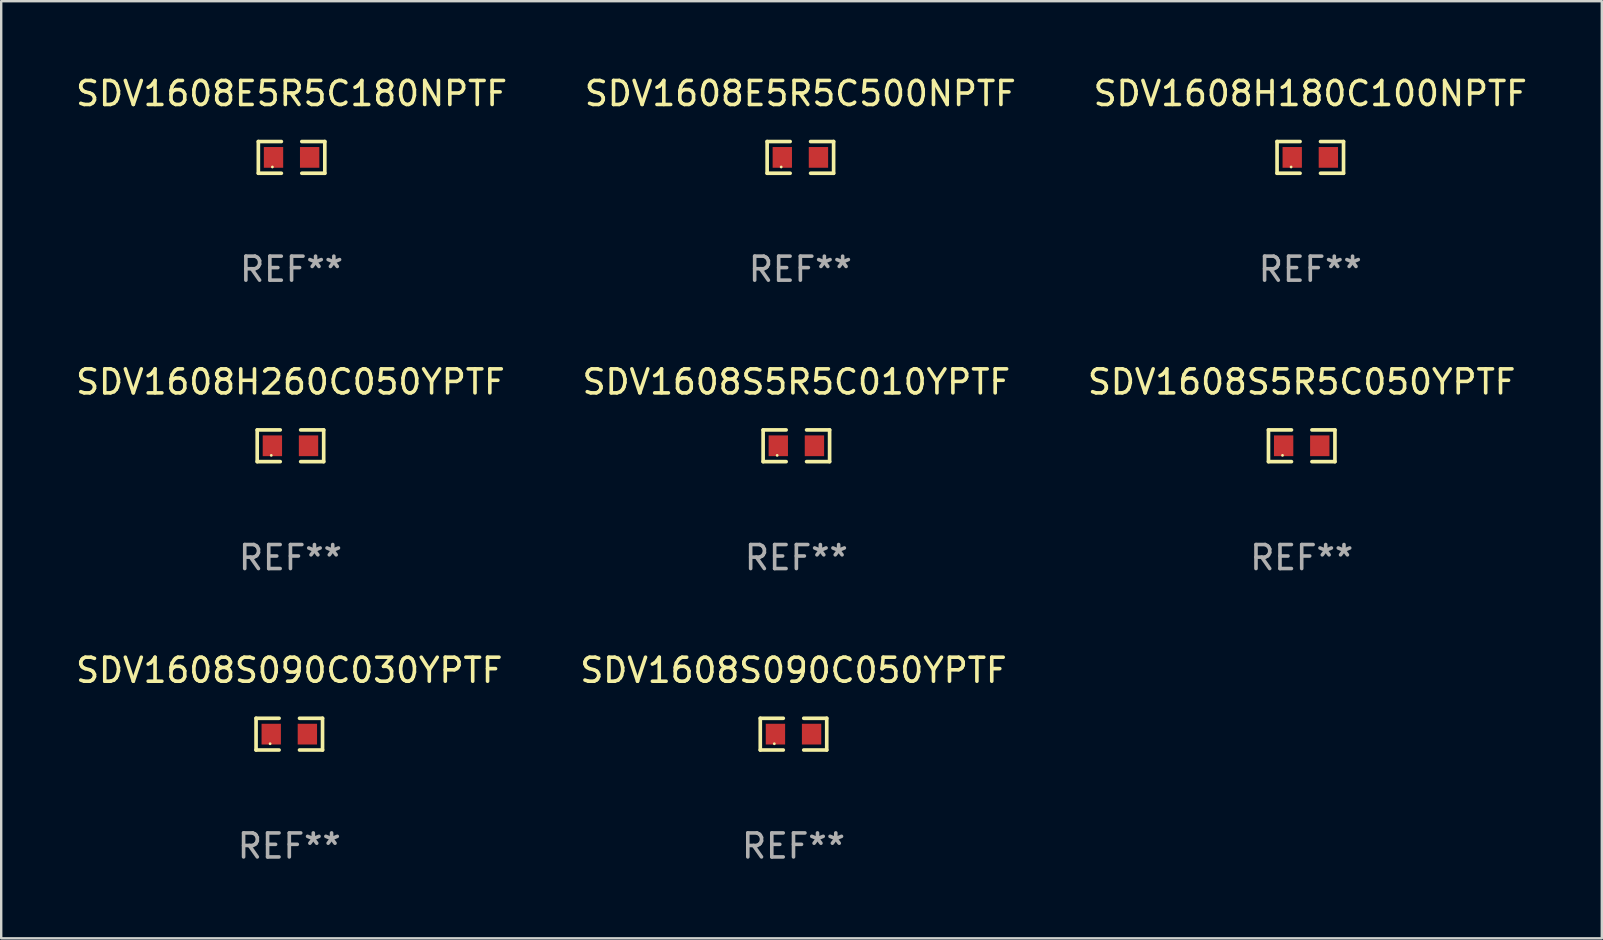
<source format=kicad_pcb>
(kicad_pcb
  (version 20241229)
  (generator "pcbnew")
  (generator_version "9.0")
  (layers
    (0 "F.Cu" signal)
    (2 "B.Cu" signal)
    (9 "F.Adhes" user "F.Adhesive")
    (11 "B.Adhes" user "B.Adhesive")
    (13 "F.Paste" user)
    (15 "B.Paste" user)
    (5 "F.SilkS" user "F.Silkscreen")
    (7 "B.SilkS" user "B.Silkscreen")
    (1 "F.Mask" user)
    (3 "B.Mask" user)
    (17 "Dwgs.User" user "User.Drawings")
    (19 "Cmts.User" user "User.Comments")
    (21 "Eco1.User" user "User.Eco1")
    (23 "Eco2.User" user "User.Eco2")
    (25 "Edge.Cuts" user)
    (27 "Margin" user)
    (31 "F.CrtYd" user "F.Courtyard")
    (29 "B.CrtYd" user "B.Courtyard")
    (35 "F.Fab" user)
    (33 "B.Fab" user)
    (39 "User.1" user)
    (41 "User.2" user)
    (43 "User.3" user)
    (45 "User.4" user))
  (footprint "SDV1608S5R5C010YPTF"
    (layer "F.Cu")
    (at 30.137 15.527)
    (property "Reference" "SDV1608S5R5C010YPTF" (at 0 -2.661 0) (layer "F.SilkS") (effects (font (size 1 1) (thickness 0.15))))
    (attr through_hole)
    (fp_line (start -1.385 -0.661) (end -0.426 -0.661) (stroke (width 0.152) (type solid)) (layer "F.SilkS"))
    (fp_line (start -1.385 0.661) (end -1.385 -0.661) (stroke (width 0.152) (type solid)) (layer "F.SilkS"))
    (fp_line (start -0.426 0.661) (end -1.385 0.661) (stroke (width 0.152) (type solid)) (layer "F.SilkS"))
    (fp_line (start 0.426 0.661) (end 1.385 0.661) (stroke (width 0.152) (type solid)) (layer "F.SilkS"))
    (fp_line (start 1.385 -0.661) (end 0.426 -0.661) (stroke (width 0.152) (type solid)) (layer "F.SilkS"))
    (fp_line (start 1.385 0.661) (end 1.385 -0.661) (stroke (width 0.152) (type solid)) (layer "F.SilkS"))
    (fp_circle (center -0.8 0.4) (end -0.77 0.4) (stroke (width 0.06) (type solid)) (fill no) (layer "F.SilkS"))
    (fp_text user "REF**" (at 0 4.661 0) (layer "F.Fab") (effects (font (size 1 1) (thickness 0.15))))
    (pad "1" smd rect (at -0.753 0) (size 0.806 0.864) (layers "F.Cu" "F.Mask" "F.Paste"))
    (pad "2" smd rect (at 0.753 0) (size 0.806 0.864) (layers "F.Cu" "F.Mask" "F.Paste")))
  (footprint "SDV1608S090C050YPTF"
    (layer "F.Cu")
    (at 30.018 27.544)
    (property "Reference" "SDV1608S090C050YPTF" (at 0 -2.661 0) (layer "F.SilkS") (effects (font (size 1 1) (thickness 0.15))))
    (attr through_hole)
    (fp_line (start -1.385 -0.661) (end -0.426 -0.661) (stroke (width 0.152) (type solid)) (layer "F.SilkS"))
    (fp_line (start -1.385 0.661) (end -1.385 -0.661) (stroke (width 0.152) (type solid)) (layer "F.SilkS"))
    (fp_line (start -0.426 0.661) (end -1.385 0.661) (stroke (width 0.152) (type solid)) (layer "F.SilkS"))
    (fp_line (start 0.426 0.661) (end 1.385 0.661) (stroke (width 0.152) (type solid)) (layer "F.SilkS"))
    (fp_line (start 1.385 -0.661) (end 0.426 -0.661) (stroke (width 0.152) (type solid)) (layer "F.SilkS"))
    (fp_line (start 1.385 0.661) (end 1.385 -0.661) (stroke (width 0.152) (type solid)) (layer "F.SilkS"))
    (fp_circle (center -0.8 0.4) (end -0.77 0.4) (stroke (width 0.06) (type solid)) (fill no) (layer "F.SilkS"))
    (fp_text user "REF**" (at 0 4.661 0) (layer "F.Fab") (effects (font (size 1 1) (thickness 0.15))))
    (pad "1" smd rect (at -0.753 0) (size 0.806 0.864) (layers "F.Cu" "F.Mask" "F.Paste"))
    (pad "2" smd rect (at 0.753 0) (size 0.806 0.864) (layers "F.Cu" "F.Mask" "F.Paste")))
  (footprint "SDV1608S5R5C050YPTF"
    (layer "F.Cu")
    (at 51.196 15.527)
    (property "Reference" "SDV1608S5R5C050YPTF" (at 0 -2.661 0) (layer "F.SilkS") (effects (font (size 1 1) (thickness 0.15))))
    (attr through_hole)
    (fp_line (start -1.385 -0.661) (end -0.426 -0.661) (stroke (width 0.152) (type solid)) (layer "F.SilkS"))
    (fp_line (start -1.385 0.661) (end -1.385 -0.661) (stroke (width 0.152) (type solid)) (layer "F.SilkS"))
    (fp_line (start -0.426 0.661) (end -1.385 0.661) (stroke (width 0.152) (type solid)) (layer "F.SilkS"))
    (fp_line (start 0.426 0.661) (end 1.385 0.661) (stroke (width 0.152) (type solid)) (layer "F.SilkS"))
    (fp_line (start 1.385 -0.661) (end 0.426 -0.661) (stroke (width 0.152) (type solid)) (layer "F.SilkS"))
    (fp_line (start 1.385 0.661) (end 1.385 -0.661) (stroke (width 0.152) (type solid)) (layer "F.SilkS"))
    (fp_circle (center -0.8 0.4) (end -0.77 0.4) (stroke (width 0.06) (type solid)) (fill no) (layer "F.SilkS"))
    (fp_text user "REF**" (at 0 4.661 0) (layer "F.Fab") (effects (font (size 1 1) (thickness 0.15))))
    (pad "1" smd rect (at -0.753 0) (size 0.806 0.864) (layers "F.Cu" "F.Mask" "F.Paste"))
    (pad "2" smd rect (at 0.753 0) (size 0.806 0.864) (layers "F.Cu" "F.Mask" "F.Paste")))
  (footprint "SDV1608S090C030YPTF"
    (layer "F.Cu")
    (at 9.006 27.544)
    (property "Reference" "SDV1608S090C030YPTF" (at 0 -2.661 0) (layer "F.SilkS") (effects (font (size 1 1) (thickness 0.15))))
    (attr through_hole)
    (fp_line (start -1.385 -0.661) (end -0.426 -0.661) (stroke (width 0.152) (type solid)) (layer "F.SilkS"))
    (fp_line (start -1.385 0.661) (end -1.385 -0.661) (stroke (width 0.152) (type solid)) (layer "F.SilkS"))
    (fp_line (start -0.426 0.661) (end -1.385 0.661) (stroke (width 0.152) (type solid)) (layer "F.SilkS"))
    (fp_line (start 0.426 0.661) (end 1.385 0.661) (stroke (width 0.152) (type solid)) (layer "F.SilkS"))
    (fp_line (start 1.385 -0.661) (end 0.426 -0.661) (stroke (width 0.152) (type solid)) (layer "F.SilkS"))
    (fp_line (start 1.385 0.661) (end 1.385 -0.661) (stroke (width 0.152) (type solid)) (layer "F.SilkS"))
    (fp_circle (center -0.8 0.4) (end -0.77 0.4) (stroke (width 0.06) (type solid)) (fill no) (layer "F.SilkS"))
    (fp_text user "REF**" (at 0 4.661 0) (layer "F.Fab") (effects (font (size 1 1) (thickness 0.15))))
    (pad "1" smd rect (at -0.753 0) (size 0.806 0.864) (layers "F.Cu" "F.Mask" "F.Paste"))
    (pad "2" smd rect (at 0.753 0) (size 0.806 0.864) (layers "F.Cu" "F.Mask" "F.Paste")))
  (footprint "SDV1608E5R5C500NPTF"
    (layer "F.Cu")
    (at 30.304 3.509)
    (property "Reference" "SDV1608E5R5C500NPTF" (at 0 -2.661 0) (layer "F.SilkS") (effects (font (size 1 1) (thickness 0.15))))
    (attr through_hole)
    (fp_line (start -1.385 -0.661) (end -0.426 -0.661) (stroke (width 0.152) (type solid)) (layer "F.SilkS"))
    (fp_line (start -1.385 0.661) (end -1.385 -0.661) (stroke (width 0.152) (type solid)) (layer "F.SilkS"))
    (fp_line (start -0.426 0.661) (end -1.385 0.661) (stroke (width 0.152) (type solid)) (layer "F.SilkS"))
    (fp_line (start 0.426 0.661) (end 1.385 0.661) (stroke (width 0.152) (type solid)) (layer "F.SilkS"))
    (fp_line (start 1.385 -0.661) (end 0.426 -0.661) (stroke (width 0.152) (type solid)) (layer "F.SilkS"))
    (fp_line (start 1.385 0.661) (end 1.385 -0.661) (stroke (width 0.152) (type solid)) (layer "F.SilkS"))
    (fp_circle (center -0.8 0.4) (end -0.77 0.4) (stroke (width 0.06) (type solid)) (fill no) (layer "F.SilkS"))
    (fp_text user "REF**" (at 0 4.661 0) (layer "F.Fab") (effects (font (size 1 1) (thickness 0.15))))
    (pad "1" smd rect (at -0.753 0) (size 0.806 0.864) (layers "F.Cu" "F.Mask" "F.Paste"))
    (pad "2" smd rect (at 0.753 0) (size 0.806 0.864) (layers "F.Cu" "F.Mask" "F.Paste")))
  (footprint "SDV1608H260C050YPTF"
    (layer "F.Cu")
    (at 9.054 15.527)
    (property "Reference" "SDV1608H260C050YPTF" (at 0 -2.661 0) (layer "F.SilkS") (effects (font (size 1 1) (thickness 0.15))))
    (attr through_hole)
    (fp_line (start -1.385 -0.661) (end -0.426 -0.661) (stroke (width 0.152) (type solid)) (layer "F.SilkS"))
    (fp_line (start -1.385 0.661) (end -1.385 -0.661) (stroke (width 0.152) (type solid)) (layer "F.SilkS"))
    (fp_line (start -0.426 0.661) (end -1.385 0.661) (stroke (width 0.152) (type solid)) (layer "F.SilkS"))
    (fp_line (start 0.426 0.661) (end 1.385 0.661) (stroke (width 0.152) (type solid)) (layer "F.SilkS"))
    (fp_line (start 1.385 -0.661) (end 0.426 -0.661) (stroke (width 0.152) (type solid)) (layer "F.SilkS"))
    (fp_line (start 1.385 0.661) (end 1.385 -0.661) (stroke (width 0.152) (type solid)) (layer "F.SilkS"))
    (fp_circle (center -0.8 0.4) (end -0.77 0.4) (stroke (width 0.06) (type solid)) (fill no) (layer "F.SilkS"))
    (fp_text user "REF**" (at 0 4.661 0) (layer "F.Fab") (effects (font (size 1 1) (thickness 0.15))))
    (pad "1" smd rect (at -0.753 0) (size 0.806 0.864) (layers "F.Cu" "F.Mask" "F.Paste"))
    (pad "2" smd rect (at 0.753 0) (size 0.806 0.864) (layers "F.Cu" "F.Mask" "F.Paste")))
  (footprint "SDV1608H180C100NPTF"
    (layer "F.Cu")
    (at 51.554 3.509)
    (property "Reference" "SDV1608H180C100NPTF" (at 0 -2.661 0) (layer "F.SilkS") (effects (font (size 1 1) (thickness 0.15))))
    (attr through_hole)
    (fp_line (start -1.385 -0.661) (end -0.426 -0.661) (stroke (width 0.152) (type solid)) (layer "F.SilkS"))
    (fp_line (start -1.385 0.661) (end -1.385 -0.661) (stroke (width 0.152) (type solid)) (layer "F.SilkS"))
    (fp_line (start -0.426 0.661) (end -1.385 0.661) (stroke (width 0.152) (type solid)) (layer "F.SilkS"))
    (fp_line (start 0.426 0.661) (end 1.385 0.661) (stroke (width 0.152) (type solid)) (layer "F.SilkS"))
    (fp_line (start 1.385 -0.661) (end 0.426 -0.661) (stroke (width 0.152) (type solid)) (layer "F.SilkS"))
    (fp_line (start 1.385 0.661) (end 1.385 -0.661) (stroke (width 0.152) (type solid)) (layer "F.SilkS"))
    (fp_circle (center -0.8 0.4) (end -0.77 0.4) (stroke (width 0.06) (type solid)) (fill no) (layer "F.SilkS"))
    (fp_text user "REF**" (at 0 4.661 0) (layer "F.Fab") (effects (font (size 1 1) (thickness 0.15))))
    (pad "1" smd rect (at -0.753 0) (size 0.806 0.864) (layers "F.Cu" "F.Mask" "F.Paste"))
    (pad "2" smd rect (at 0.753 0) (size 0.806 0.864) (layers "F.Cu" "F.Mask" "F.Paste")))
  (footprint "SDV1608E5R5C180NPTF"
    (layer "F.Cu")
    (at 9.101 3.509)
    (property "Reference" "SDV1608E5R5C180NPTF" (at 0 -2.661 0) (layer "F.SilkS") (effects (font (size 1 1) (thickness 0.15))))
    (attr through_hole)
    (fp_line (start -1.385 -0.661) (end -0.426 -0.661) (stroke (width 0.152) (type solid)) (layer "F.SilkS"))
    (fp_line (start -1.385 0.661) (end -1.385 -0.661) (stroke (width 0.152) (type solid)) (layer "F.SilkS"))
    (fp_line (start -0.426 0.661) (end -1.385 0.661) (stroke (width 0.152) (type solid)) (layer "F.SilkS"))
    (fp_line (start 0.426 0.661) (end 1.385 0.661) (stroke (width 0.152) (type solid)) (layer "F.SilkS"))
    (fp_line (start 1.385 -0.661) (end 0.426 -0.661) (stroke (width 0.152) (type solid)) (layer "F.SilkS"))
    (fp_line (start 1.385 0.661) (end 1.385 -0.661) (stroke (width 0.152) (type solid)) (layer "F.SilkS"))
    (fp_circle (center -0.8 0.4) (end -0.77 0.4) (stroke (width 0.06) (type solid)) (fill no) (layer "F.SilkS"))
    (fp_text user "REF**" (at 0 4.661 0) (layer "F.Fab") (effects (font (size 1 1) (thickness 0.15))))
    (pad "1" smd rect (at -0.753 0) (size 0.806 0.864) (layers "F.Cu" "F.Mask" "F.Paste"))
    (pad "2" smd rect (at 0.753 0) (size 0.806 0.864) (layers "F.Cu" "F.Mask" "F.Paste")))
  (gr_rect
    (start -3 -3)
    (end 63.702 36.053)
    (stroke (width 0.1) (type default))
    (fill no)
    (layer "Edge.Cuts")))
</source>
